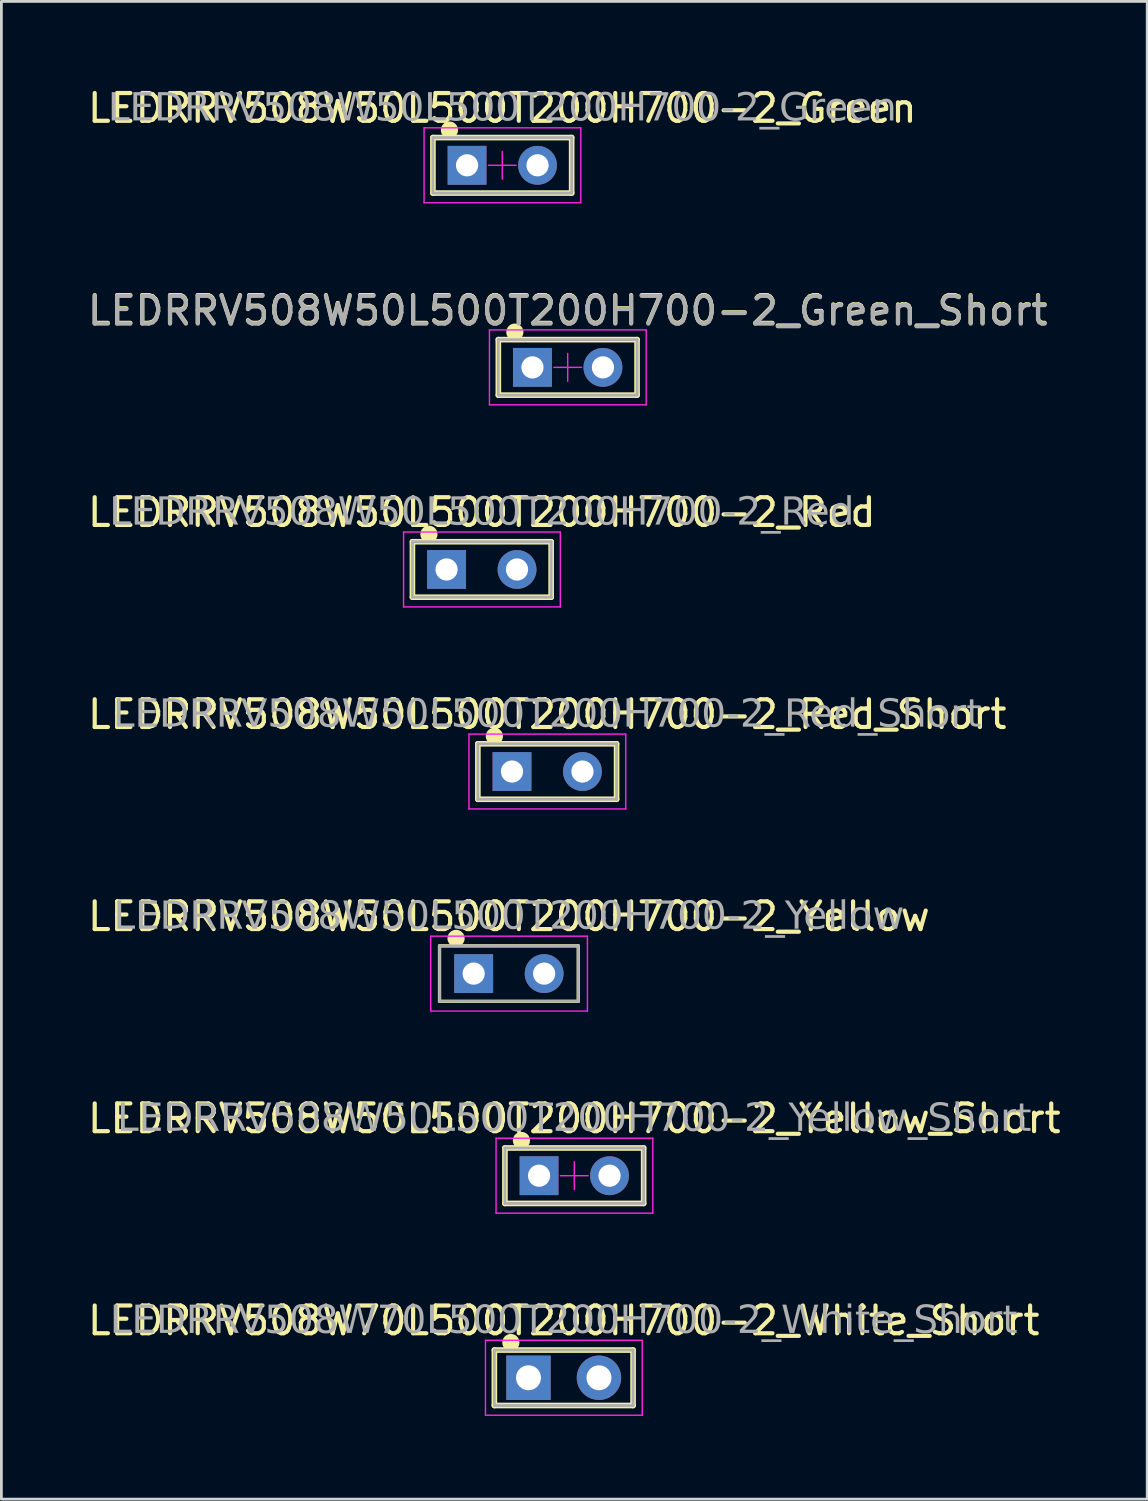
<source format=kicad_pcb>
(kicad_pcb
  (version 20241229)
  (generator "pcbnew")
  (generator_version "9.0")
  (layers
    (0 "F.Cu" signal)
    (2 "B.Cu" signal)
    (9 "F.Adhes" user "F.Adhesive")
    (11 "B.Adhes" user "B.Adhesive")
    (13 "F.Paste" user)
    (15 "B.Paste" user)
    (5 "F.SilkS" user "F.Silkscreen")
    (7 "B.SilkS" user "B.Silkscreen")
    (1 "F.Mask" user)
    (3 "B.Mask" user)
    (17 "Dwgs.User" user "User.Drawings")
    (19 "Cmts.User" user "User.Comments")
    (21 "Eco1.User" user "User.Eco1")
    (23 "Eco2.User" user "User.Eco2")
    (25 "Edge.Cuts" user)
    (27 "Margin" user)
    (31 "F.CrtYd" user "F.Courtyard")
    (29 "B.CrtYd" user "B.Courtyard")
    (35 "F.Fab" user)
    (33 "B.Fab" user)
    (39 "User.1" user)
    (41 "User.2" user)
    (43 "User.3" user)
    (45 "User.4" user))
  (footprint "LEDRRV508W70L500T200H700-2_White_Short"
    (layer "F.Cu")
    (at 17.268 46.608)
    (property "Reference" "LEDRRV508W70L500T200H700-2_White_Short" (at 0 -2.06 0) (layer "F.SilkS") (effects (font (size 1 1) (thickness 0.15))))
    (attr through_hole)
    (fp_line (start -2.5 -1) (end -2.5 1) (stroke (width 0.203) (type solid)) (layer "F.SilkS"))
    (fp_line (start -2.5 -1) (end 2.5 -1) (stroke (width 0.203) (type solid)) (layer "F.SilkS"))
    (fp_line (start -2.5 1) (end 2.5 1) (stroke (width 0.203) (type solid)) (layer "F.SilkS"))
    (fp_line (start 2.5 -1) (end 2.5 1) (stroke (width 0.203) (type solid)) (layer "F.SilkS"))
    (fp_circle (center -1.905 -1.27) (end -1.655 -1.27) (stroke (width 0.12) (type solid)) (fill yes) (layer "F.SilkS"))
    (fp_line (start -2.82 -1.35) (end -2.82 1.35) (stroke (width 0.05) (type solid)) (layer "F.CrtYd"))
    (fp_line (start -2.82 1.35) (end 2.83 1.35) (stroke (width 0.05) (type solid)) (layer "F.CrtYd"))
    (fp_line (start 2.83 -1.35) (end -2.82 -1.35) (stroke (width 0.05) (type solid)) (layer "F.CrtYd"))
    (fp_line (start 2.83 1.35) (end 2.83 -1.35) (stroke (width 0.05) (type solid)) (layer "F.CrtYd"))
    (fp_line (start -2.5 -1) (end -2.5 1) (stroke (width 0.1) (type solid)) (layer "F.Fab"))
    (fp_line (start -2.5 1) (end 2.5 1) (stroke (width 0.1) (type solid)) (layer "F.Fab"))
    (fp_line (start 2.5 -1) (end -2.5 -1) (stroke (width 0.1) (type solid)) (layer "F.Fab"))
    (fp_line (start 2.5 1) (end 2.5 -1) (stroke (width 0.1) (type solid)) (layer "F.Fab"))
    (fp_text user "${REFERENCE}" (at 0 -2.032 0) (layer "F.Fab") (effects (font (face "Tahoma") (size 1 1) (thickness 0.15))))
    (pad "A" thru_hole circle (at 1.27 0) (size 1.6 1.6) (drill 0.9) (layers "*.Cu" "*.Mask"))
    (pad "C" thru_hole rect (at -1.27 0) (size 1.6 1.6) (drill 0.9) (layers "*.Cu" "*.Mask")))
  (footprint "LEDRRV508W50L500T200H700-2_Red"
    (layer "F.Cu")
    (at 14.315 17.475)
    (property "Reference" "LEDRRV508W50L500T200H700-2_Red" (at 0 -2.06 0) (layer "F.SilkS") (effects (font (size 1 1) (thickness 0.15))))
    (attr through_hole)
    (fp_line (start -2.5 -1) (end -2.5 1) (stroke (width 0.203) (type solid)) (layer "F.SilkS"))
    (fp_line (start -2.5 -1) (end 2.5 -1) (stroke (width 0.203) (type solid)) (layer "F.SilkS"))
    (fp_line (start -2.5 1) (end 2.5 1) (stroke (width 0.203) (type solid)) (layer "F.SilkS"))
    (fp_line (start 2.5 -1) (end 2.5 1) (stroke (width 0.203) (type solid)) (layer "F.SilkS"))
    (fp_circle (center -1.905 -1.27) (end -1.655 -1.27) (stroke (width 0.12) (type solid)) (fill yes) (layer "F.SilkS"))
    (fp_line (start -2.82 -1.35) (end -2.82 1.35) (stroke (width 0.05) (type solid)) (layer "F.CrtYd"))
    (fp_line (start -2.82 1.35) (end 2.83 1.35) (stroke (width 0.05) (type solid)) (layer "F.CrtYd"))
    (fp_line (start 2.83 -1.35) (end -2.82 -1.35) (stroke (width 0.05) (type solid)) (layer "F.CrtYd"))
    (fp_line (start 2.83 1.35) (end 2.83 -1.35) (stroke (width 0.05) (type solid)) (layer "F.CrtYd"))
    (fp_line (start -2.5 -1) (end -2.5 1) (stroke (width 0.1) (type solid)) (layer "F.Fab"))
    (fp_line (start -2.5 1) (end 2.5 1) (stroke (width 0.1) (type solid)) (layer "F.Fab"))
    (fp_line (start 2.5 -1) (end -2.5 -1) (stroke (width 0.1) (type solid)) (layer "F.Fab"))
    (fp_line (start 2.5 1) (end 2.5 -1) (stroke (width 0.1) (type solid)) (layer "F.Fab"))
    (fp_text user "${REFERENCE}" (at 0 -2.032 0) (layer "F.Fab") (effects (font (face "Tahoma") (size 1 1) (thickness 0.15))))
    (pad "A" thru_hole circle (at 1.27 0) (size 1.4 1.4) (drill 0.8) (layers "*.Cu" "*.Mask"))
    (pad "C" thru_hole rect (at -1.27 0) (size 1.4 1.4) (drill 0.8) (layers "*.Cu" "*.Mask")))
  (footprint "LEDRRV508W50L500T200H700-2_Yellow_Short"
    (layer "F.Cu")
    (at 17.649 39.325)
    (property "Reference" "LEDRRV508W50L500T200H700-2_Yellow_Short" (at 0 -2.06 0) (layer "F.SilkS") (effects (font (size 1 1) (thickness 0.15))))
    (attr through_hole)
    (fp_line (start -2.5 -1) (end -2.5 1) (stroke (width 0.203) (type solid)) (layer "F.SilkS"))
    (fp_line (start -2.5 -1) (end 2.5 -1) (stroke (width 0.203) (type solid)) (layer "F.SilkS"))
    (fp_line (start -2.5 1) (end 2.5 1) (stroke (width 0.203) (type solid)) (layer "F.SilkS"))
    (fp_line (start 2.5 -1) (end 2.5 1) (stroke (width 0.203) (type solid)) (layer "F.SilkS"))
    (fp_circle (center -1.905 -1.27) (end -1.655 -1.27) (stroke (width 0.12) (type solid)) (fill yes) (layer "F.SilkS"))
    (fp_line (start -2.82 -1.35) (end -2.82 1.35) (stroke (width 0.05) (type solid)) (layer "F.CrtYd"))
    (fp_line (start -2.82 1.35) (end 2.83 1.35) (stroke (width 0.05) (type solid)) (layer "F.CrtYd"))
    (fp_line (start -0.5 0) (end 0.5 0) (stroke (width 0.05) (type default)) (layer "F.CrtYd"))
    (fp_line (start 0 0.5) (end 0 -0.5) (stroke (width 0.05) (type default)) (layer "F.CrtYd"))
    (fp_line (start 2.83 -1.35) (end -2.82 -1.35) (stroke (width 0.05) (type solid)) (layer "F.CrtYd"))
    (fp_line (start 2.83 1.35) (end 2.83 -1.35) (stroke (width 0.05) (type solid)) (layer "F.CrtYd"))
    (fp_line (start -2.5 -1) (end -2.5 1) (stroke (width 0.1) (type solid)) (layer "F.Fab"))
    (fp_line (start -2.5 1) (end 2.5 1) (stroke (width 0.1) (type solid)) (layer "F.Fab"))
    (fp_line (start 2.5 -1) (end -2.5 -1) (stroke (width 0.1) (type solid)) (layer "F.Fab"))
    (fp_line (start 2.5 1) (end 2.5 -1) (stroke (width 0.1) (type solid)) (layer "F.Fab"))
    (fp_text user "${REFERENCE}" (at 0 -2.032 0) (layer "F.Fab") (effects (font (face "Tahoma") (size 1 1) (thickness 0.15))))
    (pad "A" thru_hole circle (at 1.27 0) (size 1.4 1.4) (drill 0.8) (layers "*.Cu" "*.Mask"))
    (pad "C" thru_hole rect (at -1.27 0) (size 1.4 1.4) (drill 0.8) (layers "*.Cu" "*.Mask")))
  (footprint "LEDRRV508W50L500T200H700-2_Red_Short"
    (layer "F.Cu")
    (at 16.673 24.758)
    (property "Reference" "LEDRRV508W50L500T200H700-2_Red_Short" (at 0 -2.06 0) (layer "F.SilkS") (effects (font (size 1 1) (thickness 0.15))))
    (attr through_hole)
    (fp_line (start -2.5 -1) (end -2.5 1) (stroke (width 0.203) (type solid)) (layer "F.SilkS"))
    (fp_line (start -2.5 -1) (end 2.5 -1) (stroke (width 0.203) (type solid)) (layer "F.SilkS"))
    (fp_line (start -2.5 1) (end 2.5 1) (stroke (width 0.203) (type solid)) (layer "F.SilkS"))
    (fp_line (start 2.5 -1) (end 2.5 1) (stroke (width 0.203) (type solid)) (layer "F.SilkS"))
    (fp_circle (center -1.905 -1.27) (end -1.655 -1.27) (stroke (width 0.12) (type solid)) (fill yes) (layer "F.SilkS"))
    (fp_line (start -2.82 -1.35) (end -2.82 1.35) (stroke (width 0.05) (type solid)) (layer "F.CrtYd"))
    (fp_line (start -2.82 1.35) (end 2.83 1.35) (stroke (width 0.05) (type solid)) (layer "F.CrtYd"))
    (fp_line (start 2.83 -1.35) (end -2.82 -1.35) (stroke (width 0.05) (type solid)) (layer "F.CrtYd"))
    (fp_line (start 2.83 1.35) (end 2.83 -1.35) (stroke (width 0.05) (type solid)) (layer "F.CrtYd"))
    (fp_line (start -2.5 -1) (end -2.5 1) (stroke (width 0.1) (type solid)) (layer "F.Fab"))
    (fp_line (start -2.5 1) (end 2.5 1) (stroke (width 0.1) (type solid)) (layer "F.Fab"))
    (fp_line (start 2.5 -1) (end -2.5 -1) (stroke (width 0.1) (type solid)) (layer "F.Fab"))
    (fp_line (start 2.5 1) (end 2.5 -1) (stroke (width 0.1) (type solid)) (layer "F.Fab"))
    (fp_text user "${REFERENCE}" (at 0 -2.032 0) (layer "F.Fab") (effects (font (face "Tahoma") (size 1 1) (thickness 0.15))))
    (pad "A" thru_hole circle (at 1.27 0) (size 1.4 1.4) (drill 0.8) (layers "*.Cu" "*.Mask"))
    (pad "C" thru_hole rect (at -1.27 0) (size 1.4 1.4) (drill 0.8) (layers "*.Cu" "*.Mask")))
  (footprint "LEDRRV508W50L500T200H700-2_Yellow"
    (layer "F.Cu")
    (at 15.292 32.041)
    (property "Reference" "LEDRRV508W50L500T200H700-2_Yellow" (at 0 -2.06 0) (layer "F.SilkS") (effects (font (size 1 1) (thickness 0.15))))
    (attr through_hole)
    (fp_line (start -2.5 -1) (end -2.5 1) (stroke (width 0.12) (type solid)) (layer "F.SilkS"))
    (fp_line (start -2.5 -1) (end 2.5 -1) (stroke (width 0.12) (type solid)) (layer "F.SilkS"))
    (fp_line (start -2.5 1) (end 2.5 1) (stroke (width 0.12) (type solid)) (layer "F.SilkS"))
    (fp_line (start 2.5 -1) (end 2.5 1) (stroke (width 0.12) (type solid)) (layer "F.SilkS"))
    (fp_circle (center -1.905 -1.27) (end -1.655 -1.27) (stroke (width 0.12) (type solid)) (fill yes) (layer "F.SilkS"))
    (fp_line (start -2.82 -1.35) (end -2.82 1.35) (stroke (width 0.05) (type solid)) (layer "F.CrtYd"))
    (fp_line (start -2.82 1.35) (end 2.83 1.35) (stroke (width 0.05) (type solid)) (layer "F.CrtYd"))
    (fp_line (start 2.83 -1.35) (end -2.82 -1.35) (stroke (width 0.05) (type solid)) (layer "F.CrtYd"))
    (fp_line (start 2.83 1.35) (end 2.83 -1.35) (stroke (width 0.05) (type solid)) (layer "F.CrtYd"))
    (fp_line (start -2.5 -1) (end -2.5 1) (stroke (width 0.1) (type solid)) (layer "F.Fab"))
    (fp_line (start -2.5 1) (end 2.5 1) (stroke (width 0.1) (type solid)) (layer "F.Fab"))
    (fp_line (start 2.5 -1) (end -2.5 -1) (stroke (width 0.1) (type solid)) (layer "F.Fab"))
    (fp_line (start 2.5 1) (end 2.5 -1) (stroke (width 0.1) (type solid)) (layer "F.Fab"))
    (fp_text user "${REFERENCE}" (at 0 -2.032 0) (layer "F.Fab") (effects (font (face "Tahoma") (size 1 1) (thickness 0.15))))
    (pad "A" thru_hole circle (at 1.27 0) (size 1.4 1.4) (drill 0.8) (layers "*.Cu" "*.Mask"))
    (pad "C" thru_hole rect (at -1.27 0) (size 1.4 1.4) (drill 0.8) (layers "*.Cu" "*.Mask")))
  (footprint "LEDRRV508W50L500T200H700-2_Green_Short"
    (layer "F.Cu")
    (at 17.411 10.191)
    (property "Reference" "LEDRRV508W50L500T200H700-2_Green_Short" (at 0 -2.06 0) (layer "F.SilkS") (effects (font (size 1 1) (thickness 0.15))))
    (attr through_hole)
    (fp_line (start -2.5 -1) (end -2.5 1) (stroke (width 0.203) (type solid)) (layer "F.SilkS"))
    (fp_line (start -2.5 -1) (end 2.5 -1) (stroke (width 0.203) (type solid)) (layer "F.SilkS"))
    (fp_line (start -2.5 1) (end 2.5 1) (stroke (width 0.203) (type solid)) (layer "F.SilkS"))
    (fp_line (start 2.5 -1) (end 2.5 1) (stroke (width 0.203) (type solid)) (layer "F.SilkS"))
    (fp_circle (center -1.905 -1.27) (end -1.655 -1.27) (stroke (width 0.12) (type solid)) (fill yes) (layer "F.SilkS"))
    (fp_line (start -2.82 -1.35) (end -2.82 1.35) (stroke (width 0.05) (type solid)) (layer "F.CrtYd"))
    (fp_line (start -2.82 1.35) (end 2.83 1.35) (stroke (width 0.05) (type solid)) (layer "F.CrtYd"))
    (fp_line (start -0.5 0) (end 0.5 0) (stroke (width 0.05) (type default)) (layer "F.CrtYd"))
    (fp_line (start 0 0.5) (end 0 -0.5) (stroke (width 0.05) (type default)) (layer "F.CrtYd"))
    (fp_line (start 2.83 -1.35) (end -2.82 -1.35) (stroke (width 0.05) (type solid)) (layer "F.CrtYd"))
    (fp_line (start 2.83 1.35) (end 2.83 -1.35) (stroke (width 0.05) (type solid)) (layer "F.CrtYd"))
    (fp_line (start -2.5 -1) (end -2.5 1) (stroke (width 0.1) (type solid)) (layer "F.Fab"))
    (fp_line (start -2.5 1) (end 2.5 1) (stroke (width 0.1) (type solid)) (layer "F.Fab"))
    (fp_line (start 2.5 -1) (end -2.5 -1) (stroke (width 0.1) (type solid)) (layer "F.Fab"))
    (fp_line (start 2.5 1) (end 2.5 -1) (stroke (width 0.1) (type solid)) (layer "F.Fab"))
    (fp_text user "${REFERENCE}" (at 0 -2.032 0) (layer "F.Fab") (effects (font (size 1 1) (thickness 0.15))))
    (pad "A" thru_hole circle (at 1.27 0) (size 1.4 1.4) (drill 0.8) (layers "*.Cu" "*.Mask"))
    (pad "C" thru_hole rect (at -1.27 0) (size 1.4 1.4) (drill 0.8) (layers "*.Cu" "*.Mask")))
  (footprint "LEDRRV508W50L500T200H700-2_Green"
    (layer "F.Cu")
    (at 15.054 2.908)
    (property "Reference" "LEDRRV508W50L500T200H700-2_Green" (at 0 -2.06 0) (layer "F.SilkS") (effects (font (size 1 1) (thickness 0.15))))
    (attr through_hole)
    (fp_line (start -2.5 -1) (end -2.5 1) (stroke (width 0.203) (type solid)) (layer "F.SilkS"))
    (fp_line (start -2.5 -1) (end 2.5 -1) (stroke (width 0.203) (type solid)) (layer "F.SilkS"))
    (fp_line (start -2.5 1) (end 2.5 1) (stroke (width 0.203) (type solid)) (layer "F.SilkS"))
    (fp_line (start 2.5 -1) (end 2.5 1) (stroke (width 0.203) (type solid)) (layer "F.SilkS"))
    (fp_circle (center -1.905 -1.27) (end -1.655 -1.27) (stroke (width 0.12) (type solid)) (fill yes) (layer "F.SilkS"))
    (fp_line (start -2.82 -1.35) (end -2.82 1.35) (stroke (width 0.05) (type solid)) (layer "F.CrtYd"))
    (fp_line (start -2.82 1.35) (end 2.83 1.35) (stroke (width 0.05) (type solid)) (layer "F.CrtYd"))
    (fp_line (start -0.5 0) (end 0.5 0) (stroke (width 0.05) (type default)) (layer "F.CrtYd"))
    (fp_line (start 0 0.5) (end 0 -0.5) (stroke (width 0.05) (type default)) (layer "F.CrtYd"))
    (fp_line (start 2.83 -1.35) (end -2.82 -1.35) (stroke (width 0.05) (type solid)) (layer "F.CrtYd"))
    (fp_line (start 2.83 1.35) (end 2.83 -1.35) (stroke (width 0.05) (type solid)) (layer "F.CrtYd"))
    (fp_line (start -2.5 -1) (end -2.5 1) (stroke (width 0.1) (type solid)) (layer "F.Fab"))
    (fp_line (start -2.5 1) (end 2.5 1) (stroke (width 0.1) (type solid)) (layer "F.Fab"))
    (fp_line (start 2.5 -1) (end -2.5 -1) (stroke (width 0.1) (type solid)) (layer "F.Fab"))
    (fp_line (start 2.5 1) (end 2.5 -1) (stroke (width 0.1) (type solid)) (layer "F.Fab"))
    (fp_text user "${REFERENCE}" (at 0 -2.032 0) (layer "F.Fab") (effects (font (face "Tahoma") (size 1 1) (thickness 0.15))))
    (pad "A" thru_hole circle (at 1.27 0) (size 1.4 1.4) (drill 0.8) (layers "*.Cu" "*.Mask"))
    (pad "C" thru_hole rect (at -1.27 0) (size 1.4 1.4) (drill 0.8) (layers "*.Cu" "*.Mask")))
  (gr_rect
    (start -3 -3)
    (end 38.298 50.983)
    (stroke (width 0.1) (type default))
    (fill no)
    (layer "Edge.Cuts")))
</source>
